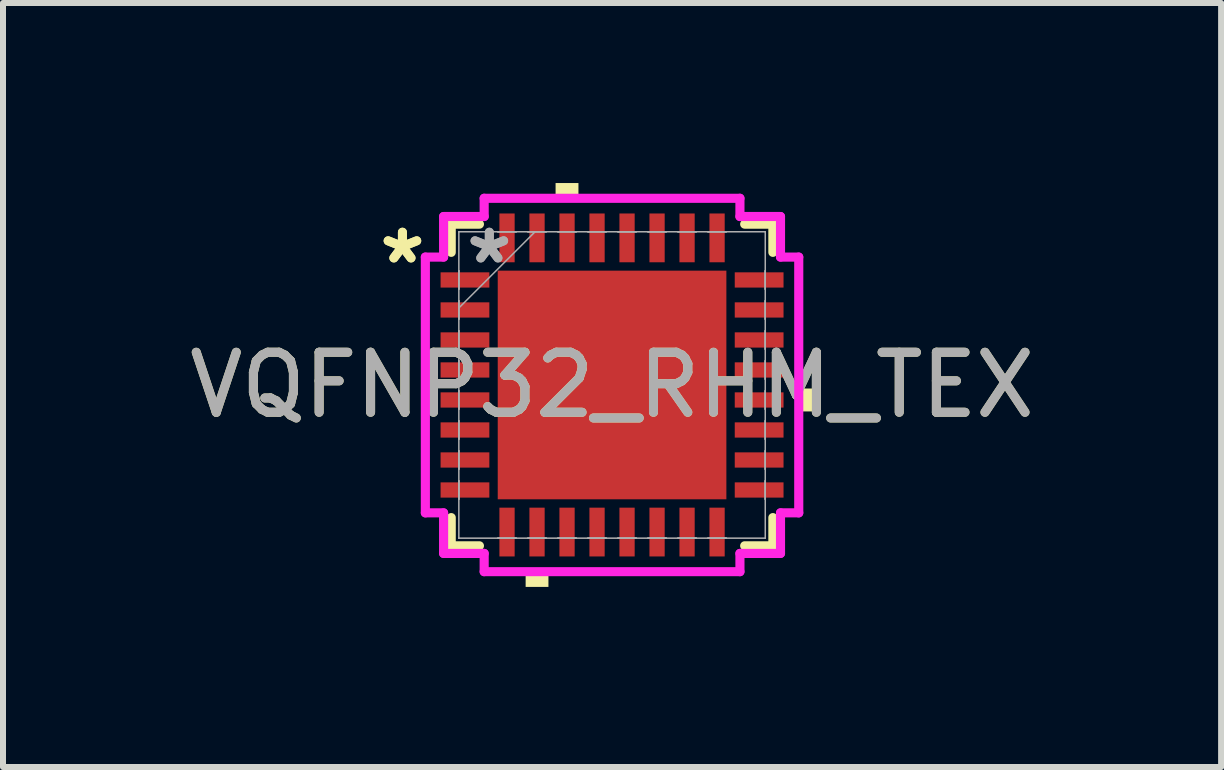
<source format=kicad_pcb>
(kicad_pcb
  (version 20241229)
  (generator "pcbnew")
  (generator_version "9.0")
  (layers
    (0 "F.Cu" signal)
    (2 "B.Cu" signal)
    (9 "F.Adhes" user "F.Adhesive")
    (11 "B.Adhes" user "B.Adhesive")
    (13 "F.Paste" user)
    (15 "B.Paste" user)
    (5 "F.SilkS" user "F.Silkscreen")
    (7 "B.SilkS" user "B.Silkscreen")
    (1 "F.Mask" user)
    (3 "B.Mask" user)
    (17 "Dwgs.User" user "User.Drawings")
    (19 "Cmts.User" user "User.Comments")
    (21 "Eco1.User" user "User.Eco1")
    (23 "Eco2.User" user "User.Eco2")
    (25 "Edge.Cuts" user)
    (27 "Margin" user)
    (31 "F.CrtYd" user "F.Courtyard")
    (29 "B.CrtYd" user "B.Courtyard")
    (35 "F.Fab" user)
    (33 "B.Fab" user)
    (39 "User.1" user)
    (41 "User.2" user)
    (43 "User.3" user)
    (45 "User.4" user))
  (footprint "VQFNP32_RHM_TEX"
    (layer "F.Cu")
    (at 7.149 3.365)
    (property "Reference" "VQFNP32_RHM_TEX" (at 0 0 0) (unlocked yes) (layer "F.SilkS") (effects (font (size 1 1) (thickness 0.15))))
    (attr smd)
    (fp_line (start -2.68 -2.68) (end -2.68 -2.21) (stroke (width 0.152) (type solid)) (layer "F.SilkS"))
    (fp_line (start -2.68 2.21) (end -2.68 2.68) (stroke (width 0.152) (type solid)) (layer "F.SilkS"))
    (fp_line (start -2.68 2.68) (end -2.21 2.68) (stroke (width 0.152) (type solid)) (layer "F.SilkS"))
    (fp_line (start -2.21 -2.68) (end -2.68 -2.68) (stroke (width 0.152) (type solid)) (layer "F.SilkS"))
    (fp_line (start 2.21 2.68) (end 2.68 2.68) (stroke (width 0.152) (type solid)) (layer "F.SilkS"))
    (fp_line (start 2.68 -2.68) (end 2.21 -2.68) (stroke (width 0.152) (type solid)) (layer "F.SilkS"))
    (fp_line (start 2.68 -2.21) (end 2.68 -2.68) (stroke (width 0.152) (type solid)) (layer "F.SilkS"))
    (fp_line (start 2.68 2.68) (end 2.68 2.21) (stroke (width 0.152) (type solid)) (layer "F.SilkS"))
    (fp_poly (pts (xy -1.44 3.111) (xy -1.44 3.365) (xy -1.06 3.365) (xy -1.06 3.111)) (stroke (width 0) (type solid)) (fill yes) (layer "F.SilkS"))
    (fp_poly (pts (xy -0.941 -3.111) (xy -0.941 -3.365) (xy -0.56 -3.365) (xy -0.56 -3.111)) (stroke (width 0) (type solid)) (fill yes) (layer "F.SilkS"))
    (fp_poly (pts (xy 3.365 0.059) (xy 3.365 0.441) (xy 3.111 0.441) (xy 3.111 0.059)) (stroke (width 0) (type solid)) (fill yes) (layer "F.SilkS"))
    (fp_poly (pts (xy -1.805 -1.805) (xy -1.805 -0.735) (xy -0.735 -0.735) (xy -0.735 -1.805)) (stroke (width 0) (type solid)) (fill yes) (layer "F.Paste"))
    (fp_poly (pts (xy -1.805 -0.535) (xy -1.805 0.535) (xy -0.735 0.535) (xy -0.735 -0.535)) (stroke (width 0) (type solid)) (fill yes) (layer "F.Paste"))
    (fp_poly (pts (xy -1.805 0.735) (xy -1.805 1.805) (xy -0.735 1.805) (xy -0.735 0.735)) (stroke (width 0) (type solid)) (fill yes) (layer "F.Paste"))
    (fp_poly (pts (xy -0.535 -1.805) (xy -0.535 -0.735) (xy 0.535 -0.735) (xy 0.535 -1.805)) (stroke (width 0) (type solid)) (fill yes) (layer "F.Paste"))
    (fp_poly (pts (xy -0.535 -0.535) (xy -0.535 0.535) (xy 0.535 0.535) (xy 0.535 -0.535)) (stroke (width 0) (type solid)) (fill yes) (layer "F.Paste"))
    (fp_poly (pts (xy -0.535 0.735) (xy -0.535 1.805) (xy 0.535 1.805) (xy 0.535 0.735)) (stroke (width 0) (type solid)) (fill yes) (layer "F.Paste"))
    (fp_poly (pts (xy 0.735 -1.805) (xy 0.735 -0.735) (xy 1.805 -0.735) (xy 1.805 -1.805)) (stroke (width 0) (type solid)) (fill yes) (layer "F.Paste"))
    (fp_poly (pts (xy 0.735 -0.535) (xy 0.735 0.535) (xy 1.805 0.535) (xy 1.805 -0.535)) (stroke (width 0) (type solid)) (fill yes) (layer "F.Paste"))
    (fp_poly (pts (xy 0.735 0.735) (xy 0.735 1.805) (xy 1.805 1.805) (xy 1.805 0.735)) (stroke (width 0) (type solid)) (fill yes) (layer "F.Paste"))
    (fp_line (start -3.111 -2.131) (end -2.807 -2.131) (stroke (width 0.152) (type solid)) (layer "F.CrtYd"))
    (fp_line (start -3.111 2.131) (end -3.111 -2.131) (stroke (width 0.152) (type solid)) (layer "F.CrtYd"))
    (fp_line (start -2.807 -2.807) (end -2.131 -2.807) (stroke (width 0.152) (type solid)) (layer "F.CrtYd"))
    (fp_line (start -2.807 -2.131) (end -2.807 -2.807) (stroke (width 0.152) (type solid)) (layer "F.CrtYd"))
    (fp_line (start -2.807 2.131) (end -3.111 2.131) (stroke (width 0.152) (type solid)) (layer "F.CrtYd"))
    (fp_line (start -2.807 2.807) (end -2.807 2.131) (stroke (width 0.152) (type solid)) (layer "F.CrtYd"))
    (fp_line (start -2.131 -3.111) (end 2.131 -3.111) (stroke (width 0.152) (type solid)) (layer "F.CrtYd"))
    (fp_line (start -2.131 -2.807) (end -2.131 -3.111) (stroke (width 0.152) (type solid)) (layer "F.CrtYd"))
    (fp_line (start -2.131 2.807) (end -2.807 2.807) (stroke (width 0.152) (type solid)) (layer "F.CrtYd"))
    (fp_line (start -2.131 3.111) (end -2.131 2.807) (stroke (width 0.152) (type solid)) (layer "F.CrtYd"))
    (fp_line (start 2.131 -3.111) (end 2.131 -2.807) (stroke (width 0.152) (type solid)) (layer "F.CrtYd"))
    (fp_line (start 2.131 -2.807) (end 2.807 -2.807) (stroke (width 0.152) (type solid)) (layer "F.CrtYd"))
    (fp_line (start 2.131 2.807) (end 2.131 3.111) (stroke (width 0.152) (type solid)) (layer "F.CrtYd"))
    (fp_line (start 2.131 3.111) (end -2.131 3.111) (stroke (width 0.152) (type solid)) (layer "F.CrtYd"))
    (fp_line (start 2.807 -2.807) (end 2.807 -2.131) (stroke (width 0.152) (type solid)) (layer "F.CrtYd"))
    (fp_line (start 2.807 -2.131) (end 3.111 -2.131) (stroke (width 0.152) (type solid)) (layer "F.CrtYd"))
    (fp_line (start 2.807 2.131) (end 2.807 2.807) (stroke (width 0.152) (type solid)) (layer "F.CrtYd"))
    (fp_line (start 2.807 2.807) (end 2.131 2.807) (stroke (width 0.152) (type solid)) (layer "F.CrtYd"))
    (fp_line (start 3.111 -2.131) (end 3.111 2.131) (stroke (width 0.152) (type solid)) (layer "F.CrtYd"))
    (fp_line (start 3.111 2.131) (end 2.807 2.131) (stroke (width 0.152) (type solid)) (layer "F.CrtYd"))
    (fp_line (start -2.553 -2.553) (end -2.553 -2.553) (stroke (width 0.025) (type solid)) (layer "F.Fab"))
    (fp_line (start -2.553 -2.553) (end -2.553 2.553) (stroke (width 0.025) (type solid)) (layer "F.Fab"))
    (fp_line (start -2.553 -1.902) (end -2.553 -1.902) (stroke (width 0.025) (type solid)) (layer "F.Fab"))
    (fp_line (start -2.553 -1.902) (end -2.553 -1.598) (stroke (width 0.025) (type solid)) (layer "F.Fab"))
    (fp_line (start -2.553 -1.598) (end -2.553 -1.902) (stroke (width 0.025) (type solid)) (layer "F.Fab"))
    (fp_line (start -2.553 -1.598) (end -2.553 -1.598) (stroke (width 0.025) (type solid)) (layer "F.Fab"))
    (fp_line (start -2.553 -1.402) (end -2.553 -1.402) (stroke (width 0.025) (type solid)) (layer "F.Fab"))
    (fp_line (start -2.553 -1.402) (end -2.553 -1.098) (stroke (width 0.025) (type solid)) (layer "F.Fab"))
    (fp_line (start -2.553 -1.283) (end -1.283 -2.553) (stroke (width 0.025) (type solid)) (layer "F.Fab"))
    (fp_line (start -2.553 -1.098) (end -2.553 -1.402) (stroke (width 0.025) (type solid)) (layer "F.Fab"))
    (fp_line (start -2.553 -1.098) (end -2.553 -1.098) (stroke (width 0.025) (type solid)) (layer "F.Fab"))
    (fp_line (start -2.553 -0.902) (end -2.553 -0.902) (stroke (width 0.025) (type solid)) (layer "F.Fab"))
    (fp_line (start -2.553 -0.902) (end -2.553 -0.598) (stroke (width 0.025) (type solid)) (layer "F.Fab"))
    (fp_line (start -2.553 -0.598) (end -2.553 -0.902) (stroke (width 0.025) (type solid)) (layer "F.Fab"))
    (fp_line (start -2.553 -0.598) (end -2.553 -0.598) (stroke (width 0.025) (type solid)) (layer "F.Fab"))
    (fp_line (start -2.553 -0.402) (end -2.553 -0.402) (stroke (width 0.025) (type solid)) (layer "F.Fab"))
    (fp_line (start -2.553 -0.402) (end -2.553 -0.098) (stroke (width 0.025) (type solid)) (layer "F.Fab"))
    (fp_line (start -2.553 -0.098) (end -2.553 -0.402) (stroke (width 0.025) (type solid)) (layer "F.Fab"))
    (fp_line (start -2.553 -0.098) (end -2.553 -0.098) (stroke (width 0.025) (type solid)) (layer "F.Fab"))
    (fp_line (start -2.553 0.098) (end -2.553 0.098) (stroke (width 0.025) (type solid)) (layer "F.Fab"))
    (fp_line (start -2.553 0.098) (end -2.553 0.402) (stroke (width 0.025) (type solid)) (layer "F.Fab"))
    (fp_line (start -2.553 0.402) (end -2.553 0.098) (stroke (width 0.025) (type solid)) (layer "F.Fab"))
    (fp_line (start -2.553 0.402) (end -2.553 0.402) (stroke (width 0.025) (type solid)) (layer "F.Fab"))
    (fp_line (start -2.553 0.598) (end -2.553 0.598) (stroke (width 0.025) (type solid)) (layer "F.Fab"))
    (fp_line (start -2.553 0.598) (end -2.553 0.902) (stroke (width 0.025) (type solid)) (layer "F.Fab"))
    (fp_line (start -2.553 0.902) (end -2.553 0.598) (stroke (width 0.025) (type solid)) (layer "F.Fab"))
    (fp_line (start -2.553 0.902) (end -2.553 0.902) (stroke (width 0.025) (type solid)) (layer "F.Fab"))
    (fp_line (start -2.553 1.098) (end -2.553 1.098) (stroke (width 0.025) (type solid)) (layer "F.Fab"))
    (fp_line (start -2.553 1.098) (end -2.553 1.402) (stroke (width 0.025) (type solid)) (layer "F.Fab"))
    (fp_line (start -2.553 1.402) (end -2.553 1.098) (stroke (width 0.025) (type solid)) (layer "F.Fab"))
    (fp_line (start -2.553 1.402) (end -2.553 1.402) (stroke (width 0.025) (type solid)) (layer "F.Fab"))
    (fp_line (start -2.553 1.598) (end -2.553 1.598) (stroke (width 0.025) (type solid)) (layer "F.Fab"))
    (fp_line (start -2.553 1.598) (end -2.553 1.902) (stroke (width 0.025) (type solid)) (layer "F.Fab"))
    (fp_line (start -2.553 1.902) (end -2.553 1.598) (stroke (width 0.025) (type solid)) (layer "F.Fab"))
    (fp_line (start -2.553 1.902) (end -2.553 1.902) (stroke (width 0.025) (type solid)) (layer "F.Fab"))
    (fp_line (start -2.553 2.553) (end -2.553 2.553) (stroke (width 0.025) (type solid)) (layer "F.Fab"))
    (fp_line (start -2.553 2.553) (end 2.553 2.553) (stroke (width 0.025) (type solid)) (layer "F.Fab"))
    (fp_line (start -1.902 -2.553) (end -1.902 -2.553) (stroke (width 0.025) (type solid)) (layer "F.Fab"))
    (fp_line (start -1.902 -2.553) (end -1.598 -2.553) (stroke (width 0.025) (type solid)) (layer "F.Fab"))
    (fp_line (start -1.902 2.553) (end -1.902 2.553) (stroke (width 0.025) (type solid)) (layer "F.Fab"))
    (fp_line (start -1.902 2.553) (end -1.598 2.553) (stroke (width 0.025) (type solid)) (layer "F.Fab"))
    (fp_line (start -1.598 -2.553) (end -1.902 -2.553) (stroke (width 0.025) (type solid)) (layer "F.Fab"))
    (fp_line (start -1.598 -2.553) (end -1.598 -2.553) (stroke (width 0.025) (type solid)) (layer "F.Fab"))
    (fp_line (start -1.598 2.553) (end -1.902 2.553) (stroke (width 0.025) (type solid)) (layer "F.Fab"))
    (fp_line (start -1.598 2.553) (end -1.598 2.553) (stroke (width 0.025) (type solid)) (layer "F.Fab"))
    (fp_line (start -1.402 -2.553) (end -1.402 -2.553) (stroke (width 0.025) (type solid)) (layer "F.Fab"))
    (fp_line (start -1.402 -2.553) (end -1.098 -2.553) (stroke (width 0.025) (type solid)) (layer "F.Fab"))
    (fp_line (start -1.402 2.553) (end -1.402 2.553) (stroke (width 0.025) (type solid)) (layer "F.Fab"))
    (fp_line (start -1.402 2.553) (end -1.098 2.553) (stroke (width 0.025) (type solid)) (layer "F.Fab"))
    (fp_line (start -1.098 -2.553) (end -1.402 -2.553) (stroke (width 0.025) (type solid)) (layer "F.Fab"))
    (fp_line (start -1.098 -2.553) (end -1.098 -2.553) (stroke (width 0.025) (type solid)) (layer "F.Fab"))
    (fp_line (start -1.098 2.553) (end -1.402 2.553) (stroke (width 0.025) (type solid)) (layer "F.Fab"))
    (fp_line (start -1.098 2.553) (end -1.098 2.553) (stroke (width 0.025) (type solid)) (layer "F.Fab"))
    (fp_line (start -0.902 -2.553) (end -0.902 -2.553) (stroke (width 0.025) (type solid)) (layer "F.Fab"))
    (fp_line (start -0.902 -2.553) (end -0.598 -2.553) (stroke (width 0.025) (type solid)) (layer "F.Fab"))
    (fp_line (start -0.902 2.553) (end -0.902 2.553) (stroke (width 0.025) (type solid)) (layer "F.Fab"))
    (fp_line (start -0.902 2.553) (end -0.598 2.553) (stroke (width 0.025) (type solid)) (layer "F.Fab"))
    (fp_line (start -0.598 -2.553) (end -0.902 -2.553) (stroke (width 0.025) (type solid)) (layer "F.Fab"))
    (fp_line (start -0.598 -2.553) (end -0.598 -2.553) (stroke (width 0.025) (type solid)) (layer "F.Fab"))
    (fp_line (start -0.598 2.553) (end -0.902 2.553) (stroke (width 0.025) (type solid)) (layer "F.Fab"))
    (fp_line (start -0.598 2.553) (end -0.598 2.553) (stroke (width 0.025) (type solid)) (layer "F.Fab"))
    (fp_line (start -0.402 -2.553) (end -0.402 -2.553) (stroke (width 0.025) (type solid)) (layer "F.Fab"))
    (fp_line (start -0.402 -2.553) (end -0.098 -2.553) (stroke (width 0.025) (type solid)) (layer "F.Fab"))
    (fp_line (start -0.402 2.553) (end -0.402 2.553) (stroke (width 0.025) (type solid)) (layer "F.Fab"))
    (fp_line (start -0.402 2.553) (end -0.098 2.553) (stroke (width 0.025) (type solid)) (layer "F.Fab"))
    (fp_line (start -0.098 -2.553) (end -0.402 -2.553) (stroke (width 0.025) (type solid)) (layer "F.Fab"))
    (fp_line (start -0.098 -2.553) (end -0.098 -2.553) (stroke (width 0.025) (type solid)) (layer "F.Fab"))
    (fp_line (start -0.098 2.553) (end -0.402 2.553) (stroke (width 0.025) (type solid)) (layer "F.Fab"))
    (fp_line (start -0.098 2.553) (end -0.098 2.553) (stroke (width 0.025) (type solid)) (layer "F.Fab"))
    (fp_line (start 0.098 -2.553) (end 0.098 -2.553) (stroke (width 0.025) (type solid)) (layer "F.Fab"))
    (fp_line (start 0.098 -2.553) (end 0.402 -2.553) (stroke (width 0.025) (type solid)) (layer "F.Fab"))
    (fp_line (start 0.098 2.553) (end 0.098 2.553) (stroke (width 0.025) (type solid)) (layer "F.Fab"))
    (fp_line (start 0.098 2.553) (end 0.402 2.553) (stroke (width 0.025) (type solid)) (layer "F.Fab"))
    (fp_line (start 0.402 -2.553) (end 0.098 -2.553) (stroke (width 0.025) (type solid)) (layer "F.Fab"))
    (fp_line (start 0.402 -2.553) (end 0.402 -2.553) (stroke (width 0.025) (type solid)) (layer "F.Fab"))
    (fp_line (start 0.402 2.553) (end 0.098 2.553) (stroke (width 0.025) (type solid)) (layer "F.Fab"))
    (fp_line (start 0.402 2.553) (end 0.402 2.553) (stroke (width 0.025) (type solid)) (layer "F.Fab"))
    (fp_line (start 0.598 -2.553) (end 0.598 -2.553) (stroke (width 0.025) (type solid)) (layer "F.Fab"))
    (fp_line (start 0.598 -2.553) (end 0.902 -2.553) (stroke (width 0.025) (type solid)) (layer "F.Fab"))
    (fp_line (start 0.598 2.553) (end 0.598 2.553) (stroke (width 0.025) (type solid)) (layer "F.Fab"))
    (fp_line (start 0.598 2.553) (end 0.902 2.553) (stroke (width 0.025) (type solid)) (layer "F.Fab"))
    (fp_line (start 0.902 -2.553) (end 0.598 -2.553) (stroke (width 0.025) (type solid)) (layer "F.Fab"))
    (fp_line (start 0.902 -2.553) (end 0.902 -2.553) (stroke (width 0.025) (type solid)) (layer "F.Fab"))
    (fp_line (start 0.902 2.553) (end 0.598 2.553) (stroke (width 0.025) (type solid)) (layer "F.Fab"))
    (fp_line (start 0.902 2.553) (end 0.902 2.553) (stroke (width 0.025) (type solid)) (layer "F.Fab"))
    (fp_line (start 1.098 -2.553) (end 1.098 -2.553) (stroke (width 0.025) (type solid)) (layer "F.Fab"))
    (fp_line (start 1.098 -2.553) (end 1.402 -2.553) (stroke (width 0.025) (type solid)) (layer "F.Fab"))
    (fp_line (start 1.098 2.553) (end 1.098 2.553) (stroke (width 0.025) (type solid)) (layer "F.Fab"))
    (fp_line (start 1.098 2.553) (end 1.402 2.553) (stroke (width 0.025) (type solid)) (layer "F.Fab"))
    (fp_line (start 1.402 -2.553) (end 1.098 -2.553) (stroke (width 0.025) (type solid)) (layer "F.Fab"))
    (fp_line (start 1.402 -2.553) (end 1.402 -2.553) (stroke (width 0.025) (type solid)) (layer "F.Fab"))
    (fp_line (start 1.402 2.553) (end 1.098 2.553) (stroke (width 0.025) (type solid)) (layer "F.Fab"))
    (fp_line (start 1.402 2.553) (end 1.402 2.553) (stroke (width 0.025) (type solid)) (layer "F.Fab"))
    (fp_line (start 1.598 -2.553) (end 1.598 -2.553) (stroke (width 0.025) (type solid)) (layer "F.Fab"))
    (fp_line (start 1.598 -2.553) (end 1.902 -2.553) (stroke (width 0.025) (type solid)) (layer "F.Fab"))
    (fp_line (start 1.598 2.553) (end 1.598 2.553) (stroke (width 0.025) (type solid)) (layer "F.Fab"))
    (fp_line (start 1.598 2.553) (end 1.902 2.553) (stroke (width 0.025) (type solid)) (layer "F.Fab"))
    (fp_line (start 1.902 -2.553) (end 1.598 -2.553) (stroke (width 0.025) (type solid)) (layer "F.Fab"))
    (fp_line (start 1.902 -2.553) (end 1.902 -2.553) (stroke (width 0.025) (type solid)) (layer "F.Fab"))
    (fp_line (start 1.902 2.553) (end 1.598 2.553) (stroke (width 0.025) (type solid)) (layer "F.Fab"))
    (fp_line (start 1.902 2.553) (end 1.902 2.553) (stroke (width 0.025) (type solid)) (layer "F.Fab"))
    (fp_line (start 2.553 -2.553) (end -2.553 -2.553) (stroke (width 0.025) (type solid)) (layer "F.Fab"))
    (fp_line (start 2.553 -2.553) (end 2.553 -2.553) (stroke (width 0.025) (type solid)) (layer "F.Fab"))
    (fp_line (start 2.553 -1.902) (end 2.553 -1.902) (stroke (width 0.025) (type solid)) (layer "F.Fab"))
    (fp_line (start 2.553 -1.902) (end 2.553 -1.598) (stroke (width 0.025) (type solid)) (layer "F.Fab"))
    (fp_line (start 2.553 -1.598) (end 2.553 -1.902) (stroke (width 0.025) (type solid)) (layer "F.Fab"))
    (fp_line (start 2.553 -1.598) (end 2.553 -1.598) (stroke (width 0.025) (type solid)) (layer "F.Fab"))
    (fp_line (start 2.553 -1.402) (end 2.553 -1.402) (stroke (width 0.025) (type solid)) (layer "F.Fab"))
    (fp_line (start 2.553 -1.402) (end 2.553 -1.098) (stroke (width 0.025) (type solid)) (layer "F.Fab"))
    (fp_line (start 2.553 -1.098) (end 2.553 -1.402) (stroke (width 0.025) (type solid)) (layer "F.Fab"))
    (fp_line (start 2.553 -1.098) (end 2.553 -1.098) (stroke (width 0.025) (type solid)) (layer "F.Fab"))
    (fp_line (start 2.553 -0.902) (end 2.553 -0.902) (stroke (width 0.025) (type solid)) (layer "F.Fab"))
    (fp_line (start 2.553 -0.902) (end 2.553 -0.598) (stroke (width 0.025) (type solid)) (layer "F.Fab"))
    (fp_line (start 2.553 -0.598) (end 2.553 -0.902) (stroke (width 0.025) (type solid)) (layer "F.Fab"))
    (fp_line (start 2.553 -0.598) (end 2.553 -0.598) (stroke (width 0.025) (type solid)) (layer "F.Fab"))
    (fp_line (start 2.553 -0.402) (end 2.553 -0.402) (stroke (width 0.025) (type solid)) (layer "F.Fab"))
    (fp_line (start 2.553 -0.402) (end 2.553 -0.098) (stroke (width 0.025) (type solid)) (layer "F.Fab"))
    (fp_line (start 2.553 -0.098) (end 2.553 -0.402) (stroke (width 0.025) (type solid)) (layer "F.Fab"))
    (fp_line (start 2.553 -0.098) (end 2.553 -0.098) (stroke (width 0.025) (type solid)) (layer "F.Fab"))
    (fp_line (start 2.553 0.098) (end 2.553 0.098) (stroke (width 0.025) (type solid)) (layer "F.Fab"))
    (fp_line (start 2.553 0.098) (end 2.553 0.402) (stroke (width 0.025) (type solid)) (layer "F.Fab"))
    (fp_line (start 2.553 0.402) (end 2.553 0.098) (stroke (width 0.025) (type solid)) (layer "F.Fab"))
    (fp_line (start 2.553 0.402) (end 2.553 0.402) (stroke (width 0.025) (type solid)) (layer "F.Fab"))
    (fp_line (start 2.553 0.598) (end 2.553 0.598) (stroke (width 0.025) (type solid)) (layer "F.Fab"))
    (fp_line (start 2.553 0.598) (end 2.553 0.902) (stroke (width 0.025) (type solid)) (layer "F.Fab"))
    (fp_line (start 2.553 0.902) (end 2.553 0.598) (stroke (width 0.025) (type solid)) (layer "F.Fab"))
    (fp_line (start 2.553 0.902) (end 2.553 0.902) (stroke (width 0.025) (type solid)) (layer "F.Fab"))
    (fp_line (start 2.553 1.098) (end 2.553 1.098) (stroke (width 0.025) (type solid)) (layer "F.Fab"))
    (fp_line (start 2.553 1.098) (end 2.553 1.402) (stroke (width 0.025) (type solid)) (layer "F.Fab"))
    (fp_line (start 2.553 1.402) (end 2.553 1.098) (stroke (width 0.025) (type solid)) (layer "F.Fab"))
    (fp_line (start 2.553 1.402) (end 2.553 1.402) (stroke (width 0.025) (type solid)) (layer "F.Fab"))
    (fp_line (start 2.553 1.598) (end 2.553 1.598) (stroke (width 0.025) (type solid)) (layer "F.Fab"))
    (fp_line (start 2.553 1.598) (end 2.553 1.902) (stroke (width 0.025) (type solid)) (layer "F.Fab"))
    (fp_line (start 2.553 1.902) (end 2.553 1.598) (stroke (width 0.025) (type solid)) (layer "F.Fab"))
    (fp_line (start 2.553 1.902) (end 2.553 1.902) (stroke (width 0.025) (type solid)) (layer "F.Fab"))
    (fp_line (start 2.553 2.553) (end 2.553 -2.553) (stroke (width 0.025) (type solid)) (layer "F.Fab"))
    (fp_line (start 2.553 2.553) (end 2.553 2.553) (stroke (width 0.025) (type solid)) (layer "F.Fab"))
    (fp_text user "*" (at -3.493 -2 0) (unlocked yes) (layer "F.SilkS") (effects (font (size 1 1) (thickness 0.15))))
    (fp_text user "*" (at -3.493 -2 0) (layer "F.SilkS") (effects (font (size 1 1) (thickness 0.15))))
    (fp_text user "*" (at -2.045 -2 0) (layer "F.Fab") (effects (font (size 1 1) (thickness 0.15))))
    (fp_text user "${REFERENCE}" (at 0 0 0) (unlocked yes) (layer "F.Fab") (effects (font (size 1 1) (thickness 0.15))))
    (fp_text user "*" (at -2.045 -2 0) (unlocked yes) (layer "F.Fab") (effects (font (size 1 1) (thickness 0.15))))
    (pad "1" smd rect (at -2.451 -1.75 90) (size 0.254 0.813) (layers "F.Cu" "F.Mask" "F.Paste"))
    (pad "2" smd rect (at -2.451 -1.25 90) (size 0.254 0.813) (layers "F.Cu" "F.Mask" "F.Paste"))
    (pad "3" smd rect (at -2.451 -0.75 90) (size 0.254 0.813) (layers "F.Cu" "F.Mask" "F.Paste"))
    (pad "4" smd rect (at -2.451 -0.25 90) (size 0.254 0.813) (layers "F.Cu" "F.Mask" "F.Paste"))
    (pad "5" smd rect (at -2.451 0.25 90) (size 0.254 0.813) (layers "F.Cu" "F.Mask" "F.Paste"))
    (pad "6" smd rect (at -2.451 0.75 90) (size 0.254 0.813) (layers "F.Cu" "F.Mask" "F.Paste"))
    (pad "7" smd rect (at -2.451 1.25 90) (size 0.254 0.813) (layers "F.Cu" "F.Mask" "F.Paste"))
    (pad "8" smd rect (at -2.451 1.75 90) (size 0.254 0.813) (layers "F.Cu" "F.Mask" "F.Paste"))
    (pad "9" smd rect (at -1.75 2.451) (size 0.254 0.813) (layers "F.Cu" "F.Mask" "F.Paste"))
    (pad "10" smd rect (at -1.25 2.451) (size 0.254 0.813) (layers "F.Cu" "F.Mask" "F.Paste"))
    (pad "11" smd rect (at -0.75 2.451) (size 0.254 0.813) (layers "F.Cu" "F.Mask" "F.Paste"))
    (pad "12" smd rect (at -0.25 2.451) (size 0.254 0.813) (layers "F.Cu" "F.Mask" "F.Paste"))
    (pad "13" smd rect (at 0.25 2.451) (size 0.254 0.813) (layers "F.Cu" "F.Mask" "F.Paste"))
    (pad "14" smd rect (at 0.75 2.451) (size 0.254 0.813) (layers "F.Cu" "F.Mask" "F.Paste"))
    (pad "15" smd rect (at 1.25 2.451) (size 0.254 0.813) (layers "F.Cu" "F.Mask" "F.Paste"))
    (pad "16" smd rect (at 1.75 2.451) (size 0.254 0.813) (layers "F.Cu" "F.Mask" "F.Paste"))
    (pad "17" smd rect (at 2.451 1.75 90) (size 0.254 0.813) (layers "F.Cu" "F.Mask" "F.Paste"))
    (pad "18" smd rect (at 2.451 1.25 90) (size 0.254 0.813) (layers "F.Cu" "F.Mask" "F.Paste"))
    (pad "19" smd rect (at 2.451 0.75 90) (size 0.254 0.813) (layers "F.Cu" "F.Mask" "F.Paste"))
    (pad "20" smd rect (at 2.451 0.25 90) (size 0.254 0.813) (layers "F.Cu" "F.Mask" "F.Paste"))
    (pad "21" smd rect (at 2.451 -0.25 90) (size 0.254 0.813) (layers "F.Cu" "F.Mask" "F.Paste"))
    (pad "22" smd rect (at 2.451 -0.75 90) (size 0.254 0.813) (layers "F.Cu" "F.Mask" "F.Paste"))
    (pad "23" smd rect (at 2.451 -1.25 90) (size 0.254 0.813) (layers "F.Cu" "F.Mask" "F.Paste"))
    (pad "24" smd rect (at 2.451 -1.75 90) (size 0.254 0.813) (layers "F.Cu" "F.Mask" "F.Paste"))
    (pad "25" smd rect (at 1.75 -2.451) (size 0.254 0.813) (layers "F.Cu" "F.Mask" "F.Paste"))
    (pad "26" smd rect (at 1.25 -2.451) (size 0.254 0.813) (layers "F.Cu" "F.Mask" "F.Paste"))
    (pad "27" smd rect (at 0.75 -2.451) (size 0.254 0.813) (layers "F.Cu" "F.Mask" "F.Paste"))
    (pad "28" smd rect (at 0.25 -2.451) (size 0.254 0.813) (layers "F.Cu" "F.Mask" "F.Paste"))
    (pad "29" smd rect (at -0.25 -2.451) (size 0.254 0.813) (layers "F.Cu" "F.Mask" "F.Paste"))
    (pad "30" smd rect (at -0.75 -2.451) (size 0.254 0.813) (layers "F.Cu" "F.Mask" "F.Paste"))
    (pad "31" smd rect (at -1.25 -2.451) (size 0.254 0.813) (layers "F.Cu" "F.Mask" "F.Paste"))
    (pad "32" smd rect (at -1.75 -2.451) (size 0.254 0.813) (layers "F.Cu" "F.Mask" "F.Paste"))
    (pad "33" smd rect (at 0 0) (size 3.81 3.81) (layers "F.Cu" "F.Mask" "F.Paste")))
  (gr_rect
    (start -3 -3)
    (end 17.298 9.731)
    (stroke (width 0.1) (type default))
    (fill no)
    (layer "Edge.Cuts")))
</source>
